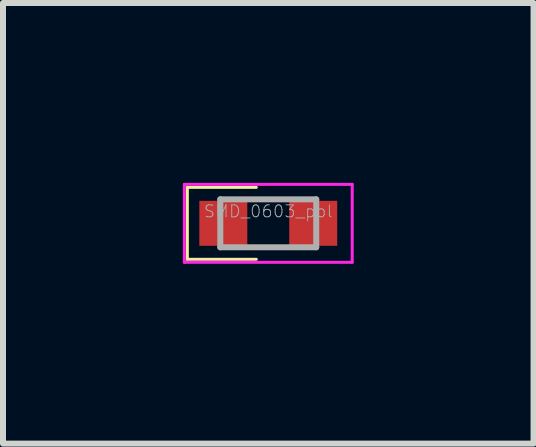
<source format=kicad_pcb>
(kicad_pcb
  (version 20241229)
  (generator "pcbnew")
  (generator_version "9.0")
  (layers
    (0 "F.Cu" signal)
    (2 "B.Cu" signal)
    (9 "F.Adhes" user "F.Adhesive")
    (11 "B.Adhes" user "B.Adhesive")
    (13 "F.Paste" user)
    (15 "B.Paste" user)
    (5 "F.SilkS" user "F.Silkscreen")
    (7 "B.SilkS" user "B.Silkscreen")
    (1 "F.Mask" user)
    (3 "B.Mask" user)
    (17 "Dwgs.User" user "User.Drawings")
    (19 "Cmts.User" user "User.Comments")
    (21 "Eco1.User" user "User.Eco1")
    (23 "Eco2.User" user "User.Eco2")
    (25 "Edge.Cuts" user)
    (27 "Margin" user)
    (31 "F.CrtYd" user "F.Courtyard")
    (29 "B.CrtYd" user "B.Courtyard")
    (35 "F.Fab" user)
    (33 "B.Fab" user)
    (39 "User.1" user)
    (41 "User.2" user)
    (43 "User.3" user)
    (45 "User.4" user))
  (footprint "SMD_0603_pol"
    (layer "F.Cu")
    (at 1.425 0.675)
    (property "Reference" "SMD_0603_pol" (at 0 -0.2 0) (layer "F.Fab") (effects (font (size 0.2 0.2) (thickness 0.015))))
    (attr smd)
    (fp_line (start -1.35 -0.6) (end -1.35 0.6) (stroke (width 0.05) (type solid)) (layer "F.SilkS"))
    (fp_line (start -1.35 0.6) (end -0.2 0.6) (stroke (width 0.05) (type solid)) (layer "F.SilkS"))
    (fp_line (start -0.2 -0.6) (end -1.35 -0.6) (stroke (width 0.05) (type solid)) (layer "F.SilkS"))
    (fp_line (start -1.4 -0.65) (end -1.4 0.65) (stroke (width 0.05) (type solid)) (layer "F.CrtYd"))
    (fp_line (start -1.4 -0.65) (end 1.4 -0.65) (stroke (width 0.05) (type solid)) (layer "F.CrtYd"))
    (fp_line (start 1.4 0.65) (end -1.4 0.65) (stroke (width 0.05) (type solid)) (layer "F.CrtYd"))
    (fp_line (start 1.4 0.65) (end 1.4 -0.65) (stroke (width 0.05) (type solid)) (layer "F.CrtYd"))
    (fp_line (start -0.8 -0.4) (end 0.8 -0.4) (stroke (width 0.1) (type solid)) (layer "F.Fab"))
    (fp_line (start -0.8 0.4) (end -0.8 -0.4) (stroke (width 0.1) (type solid)) (layer "F.Fab"))
    (fp_line (start 0.8 -0.4) (end 0.8 0.4) (stroke (width 0.1) (type solid)) (layer "F.Fab"))
    (fp_line (start 0.8 0.4) (end -0.8 0.4) (stroke (width 0.1) (type solid)) (layer "F.Fab"))
    (pad "1" smd rect (at -0.75 0) (size 0.8 0.75) (layers "F.Cu" "F.Mask" "F.Paste"))
    (pad "2" smd rect (at 0.75 0) (size 0.8 0.75) (layers "F.Cu" "F.Mask" "F.Paste")))
  (gr_rect
    (start -3 -3)
    (end 5.85 4.35)
    (stroke (width 0.1) (type default))
    (fill no)
    (layer "Edge.Cuts")))
</source>
